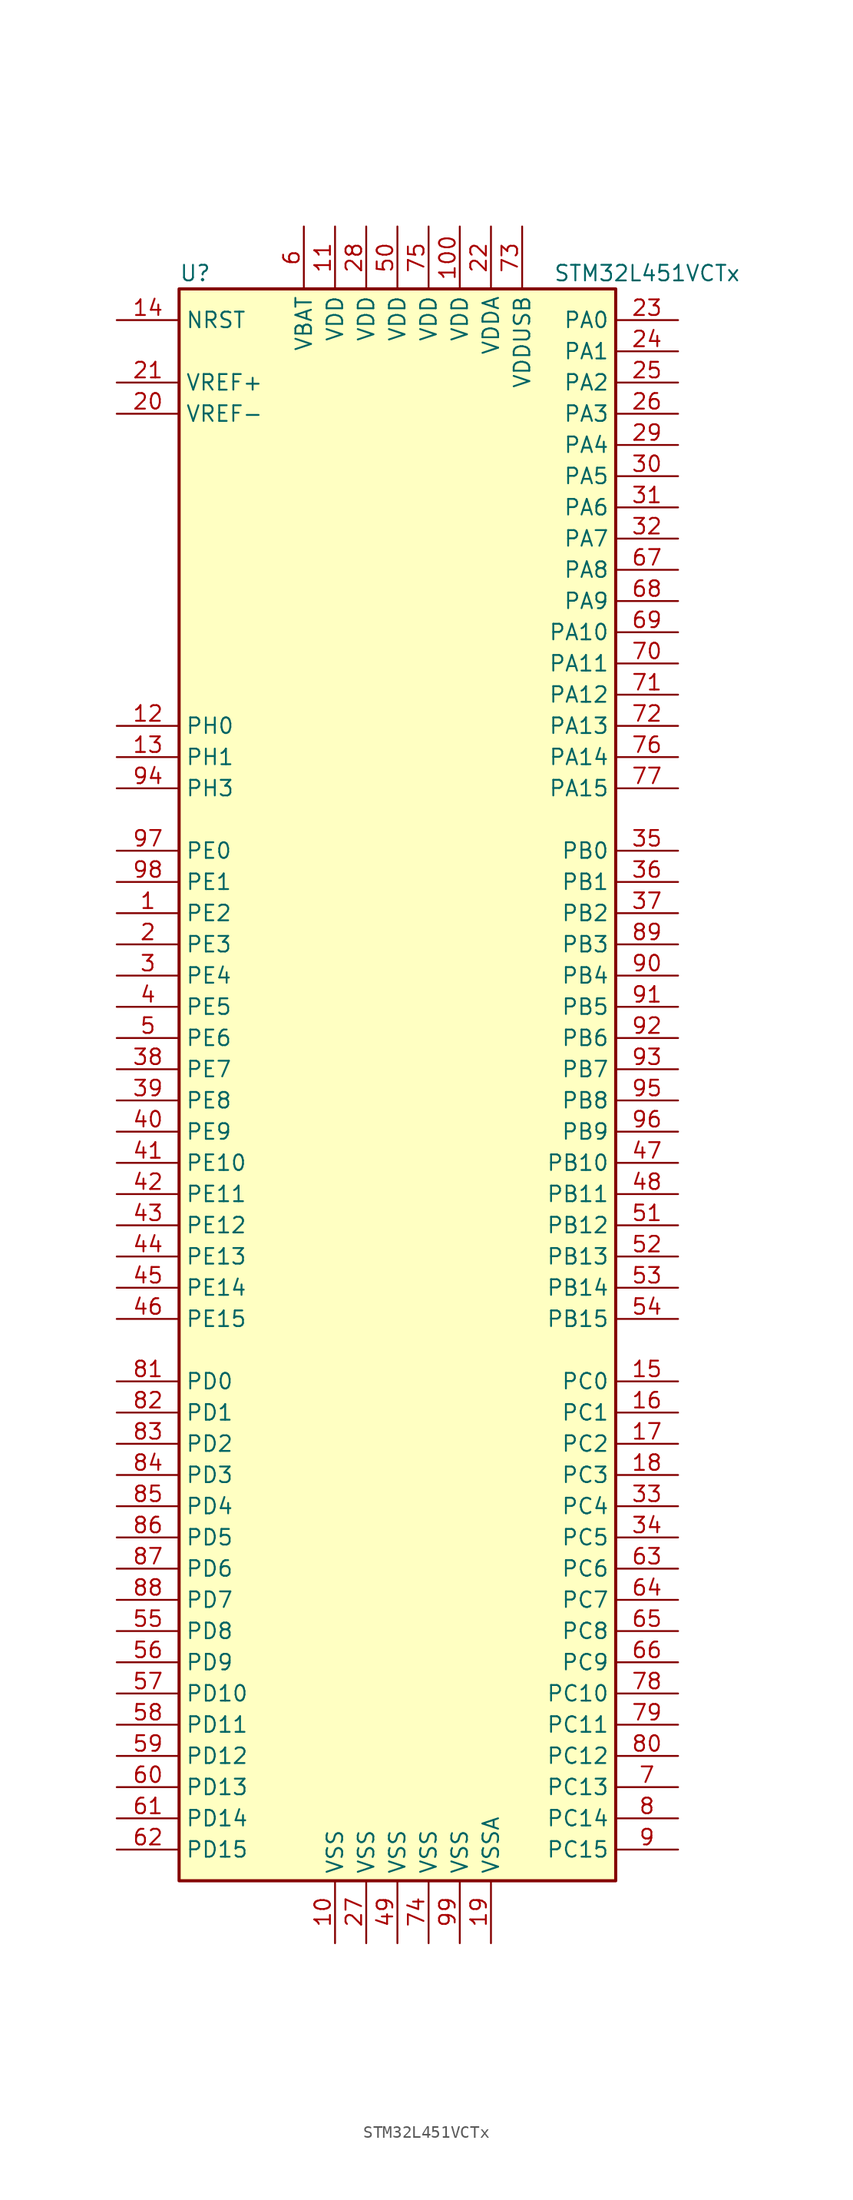
<source format=kicad_sym>
(kicad_symbol_lib
  (version 20211014)
  (generator kicad_symbol_editor)
  (symbol "STM32L451VCTx"
    (property "Reference" "U"
      (at -17.78 64.77 0)
      (effects (font (size 1.27 1.27)) (justify left)))
    (property "Value" "STM32L451VCTx"
      (at 12.7 64.77 0)
      (effects (font (size 1.27 1.27)) (justify left)))
    (symbol "STM32L451VCTx_0_1"
      (rectangle (start -17.78 -66.04) (end 17.78 63.5) (stroke (width 0.254) (type default) (color 0 0 0 0)) (fill (type background))))
    (symbol "STM32L451VCTx_1_1"
      (pin bidirectional line (at -22.86 12.7 0) (length 5.08) (name "PE2" (effects (font (size 1.27 1.27)))) (number "1" (effects (font (size 1.27 1.27)))))
      (pin power_in line (at -5.08 -71.12 90) (length 5.08) (name "VSS" (effects (font (size 1.27 1.27)))) (number "10" (effects (font (size 1.27 1.27)))))
      (pin power_in line (at 5.08 68.58 270) (length 5.08) (name "VDD" (effects (font (size 1.27 1.27)))) (number "100" (effects (font (size 1.27 1.27)))))
      (pin power_in line (at -5.08 68.58 270) (length 5.08) (name "VDD" (effects (font (size 1.27 1.27)))) (number "11" (effects (font (size 1.27 1.27)))))
      (pin input line (at -22.86 27.94 0) (length 5.08) (name "PH0" (effects (font (size 1.27 1.27)))) (number "12" (effects (font (size 1.27 1.27)))))
      (pin input line (at -22.86 25.4 0) (length 5.08) (name "PH1" (effects (font (size 1.27 1.27)))) (number "13" (effects (font (size 1.27 1.27)))))
      (pin input line (at -22.86 60.96 0) (length 5.08) (name "NRST" (effects (font (size 1.27 1.27)))) (number "14" (effects (font (size 1.27 1.27)))))
      (pin bidirectional line (at 22.86 -25.4 180) (length 5.08) (name "PC0" (effects (font (size 1.27 1.27)))) (number "15" (effects (font (size 1.27 1.27)))))
      (pin bidirectional line (at 22.86 -27.94 180) (length 5.08) (name "PC1" (effects (font (size 1.27 1.27)))) (number "16" (effects (font (size 1.27 1.27)))))
      (pin bidirectional line (at 22.86 -30.48 180) (length 5.08) (name "PC2" (effects (font (size 1.27 1.27)))) (number "17" (effects (font (size 1.27 1.27)))))
      (pin bidirectional line (at 22.86 -33.02 180) (length 5.08) (name "PC3" (effects (font (size 1.27 1.27)))) (number "18" (effects (font (size 1.27 1.27)))))
      (pin power_in line (at 7.62 -71.12 90) (length 5.08) (name "VSSA" (effects (font (size 1.27 1.27)))) (number "19" (effects (font (size 1.27 1.27)))))
      (pin bidirectional line (at -22.86 10.16 0) (length 5.08) (name "PE3" (effects (font (size 1.27 1.27)))) (number "2" (effects (font (size 1.27 1.27)))))
      (pin power_in line (at -22.86 53.34 0) (length 5.08) (name "VREF-" (effects (font (size 1.27 1.27)))) (number "20" (effects (font (size 1.27 1.27)))))
      (pin bidirectional line (at -22.86 55.88 0) (length 5.08) (name "VREF+" (effects (font (size 1.27 1.27)))) (number "21" (effects (font (size 1.27 1.27)))))
      (pin power_in line (at 7.62 68.58 270) (length 5.08) (name "VDDA" (effects (font (size 1.27 1.27)))) (number "22" (effects (font (size 1.27 1.27)))))
      (pin bidirectional line (at 22.86 60.96 180) (length 5.08) (name "PA0" (effects (font (size 1.27 1.27)))) (number "23" (effects (font (size 1.27 1.27)))))
      (pin bidirectional line (at 22.86 58.42 180) (length 5.08) (name "PA1" (effects (font (size 1.27 1.27)))) (number "24" (effects (font (size 1.27 1.27)))))
      (pin bidirectional line (at 22.86 55.88 180) (length 5.08) (name "PA2" (effects (font (size 1.27 1.27)))) (number "25" (effects (font (size 1.27 1.27)))))
      (pin bidirectional line (at 22.86 53.34 180) (length 5.08) (name "PA3" (effects (font (size 1.27 1.27)))) (number "26" (effects (font (size 1.27 1.27)))))
      (pin power_in line (at -2.54 -71.12 90) (length 5.08) (name "VSS" (effects (font (size 1.27 1.27)))) (number "27" (effects (font (size 1.27 1.27)))))
      (pin power_in line (at -2.54 68.58 270) (length 5.08) (name "VDD" (effects (font (size 1.27 1.27)))) (number "28" (effects (font (size 1.27 1.27)))))
      (pin bidirectional line (at 22.86 50.8 180) (length 5.08) (name "PA4" (effects (font (size 1.27 1.27)))) (number "29" (effects (font (size 1.27 1.27)))))
      (pin bidirectional line (at -22.86 7.62 0) (length 5.08) (name "PE4" (effects (font (size 1.27 1.27)))) (number "3" (effects (font (size 1.27 1.27)))))
      (pin bidirectional line (at 22.86 48.26 180) (length 5.08) (name "PA5" (effects (font (size 1.27 1.27)))) (number "30" (effects (font (size 1.27 1.27)))))
      (pin bidirectional line (at 22.86 45.72 180) (length 5.08) (name "PA6" (effects (font (size 1.27 1.27)))) (number "31" (effects (font (size 1.27 1.27)))))
      (pin bidirectional line (at 22.86 43.18 180) (length 5.08) (name "PA7" (effects (font (size 1.27 1.27)))) (number "32" (effects (font (size 1.27 1.27)))))
      (pin bidirectional line (at 22.86 -35.56 180) (length 5.08) (name "PC4" (effects (font (size 1.27 1.27)))) (number "33" (effects (font (size 1.27 1.27)))))
      (pin bidirectional line (at 22.86 -38.1 180) (length 5.08) (name "PC5" (effects (font (size 1.27 1.27)))) (number "34" (effects (font (size 1.27 1.27)))))
      (pin bidirectional line (at 22.86 17.78 180) (length 5.08) (name "PB0" (effects (font (size 1.27 1.27)))) (number "35" (effects (font (size 1.27 1.27)))))
      (pin bidirectional line (at 22.86 15.24 180) (length 5.08) (name "PB1" (effects (font (size 1.27 1.27)))) (number "36" (effects (font (size 1.27 1.27)))))
      (pin bidirectional line (at 22.86 12.7 180) (length 5.08) (name "PB2" (effects (font (size 1.27 1.27)))) (number "37" (effects (font (size 1.27 1.27)))))
      (pin bidirectional line (at -22.86 0 0) (length 5.08) (name "PE7" (effects (font (size 1.27 1.27)))) (number "38" (effects (font (size 1.27 1.27)))))
      (pin bidirectional line (at -22.86 -2.54 0) (length 5.08) (name "PE8" (effects (font (size 1.27 1.27)))) (number "39" (effects (font (size 1.27 1.27)))))
      (pin bidirectional line (at -22.86 5.08 0) (length 5.08) (name "PE5" (effects (font (size 1.27 1.27)))) (number "4" (effects (font (size 1.27 1.27)))))
      (pin bidirectional line (at -22.86 -5.08 0) (length 5.08) (name "PE9" (effects (font (size 1.27 1.27)))) (number "40" (effects (font (size 1.27 1.27)))))
      (pin bidirectional line (at -22.86 -7.62 0) (length 5.08) (name "PE10" (effects (font (size 1.27 1.27)))) (number "41" (effects (font (size 1.27 1.27)))))
      (pin bidirectional line (at -22.86 -10.16 0) (length 5.08) (name "PE11" (effects (font (size 1.27 1.27)))) (number "42" (effects (font (size 1.27 1.27)))))
      (pin bidirectional line (at -22.86 -12.7 0) (length 5.08) (name "PE12" (effects (font (size 1.27 1.27)))) (number "43" (effects (font (size 1.27 1.27)))))
      (pin bidirectional line (at -22.86 -15.24 0) (length 5.08) (name "PE13" (effects (font (size 1.27 1.27)))) (number "44" (effects (font (size 1.27 1.27)))))
      (pin bidirectional line (at -22.86 -17.78 0) (length 5.08) (name "PE14" (effects (font (size 1.27 1.27)))) (number "45" (effects (font (size 1.27 1.27)))))
      (pin bidirectional line (at -22.86 -20.32 0) (length 5.08) (name "PE15" (effects (font (size 1.27 1.27)))) (number "46" (effects (font (size 1.27 1.27)))))
      (pin bidirectional line (at 22.86 -7.62 180) (length 5.08) (name "PB10" (effects (font (size 1.27 1.27)))) (number "47" (effects (font (size 1.27 1.27)))))
      (pin bidirectional line (at 22.86 -10.16 180) (length 5.08) (name "PB11" (effects (font (size 1.27 1.27)))) (number "48" (effects (font (size 1.27 1.27)))))
      (pin power_in line (at 0 -71.12 90) (length 5.08) (name "VSS" (effects (font (size 1.27 1.27)))) (number "49" (effects (font (size 1.27 1.27)))))
      (pin bidirectional line (at -22.86 2.54 0) (length 5.08) (name "PE6" (effects (font (size 1.27 1.27)))) (number "5" (effects (font (size 1.27 1.27)))))
      (pin power_in line (at 0 68.58 270) (length 5.08) (name "VDD" (effects (font (size 1.27 1.27)))) (number "50" (effects (font (size 1.27 1.27)))))
      (pin bidirectional line (at 22.86 -12.7 180) (length 5.08) (name "PB12" (effects (font (size 1.27 1.27)))) (number "51" (effects (font (size 1.27 1.27)))))
      (pin bidirectional line (at 22.86 -15.24 180) (length 5.08) (name "PB13" (effects (font (size 1.27 1.27)))) (number "52" (effects (font (size 1.27 1.27)))))
      (pin bidirectional line (at 22.86 -17.78 180) (length 5.08) (name "PB14" (effects (font (size 1.27 1.27)))) (number "53" (effects (font (size 1.27 1.27)))))
      (pin bidirectional line (at 22.86 -20.32 180) (length 5.08) (name "PB15" (effects (font (size 1.27 1.27)))) (number "54" (effects (font (size 1.27 1.27)))))
      (pin bidirectional line (at -22.86 -45.72 0) (length 5.08) (name "PD8" (effects (font (size 1.27 1.27)))) (number "55" (effects (font (size 1.27 1.27)))))
      (pin bidirectional line (at -22.86 -48.26 0) (length 5.08) (name "PD9" (effects (font (size 1.27 1.27)))) (number "56" (effects (font (size 1.27 1.27)))))
      (pin bidirectional line (at -22.86 -50.8 0) (length 5.08) (name "PD10" (effects (font (size 1.27 1.27)))) (number "57" (effects (font (size 1.27 1.27)))))
      (pin bidirectional line (at -22.86 -53.34 0) (length 5.08) (name "PD11" (effects (font (size 1.27 1.27)))) (number "58" (effects (font (size 1.27 1.27)))))
      (pin bidirectional line (at -22.86 -55.88 0) (length 5.08) (name "PD12" (effects (font (size 1.27 1.27)))) (number "59" (effects (font (size 1.27 1.27)))))
      (pin power_in line (at -7.62 68.58 270) (length 5.08) (name "VBAT" (effects (font (size 1.27 1.27)))) (number "6" (effects (font (size 1.27 1.27)))))
      (pin bidirectional line (at -22.86 -58.42 0) (length 5.08) (name "PD13" (effects (font (size 1.27 1.27)))) (number "60" (effects (font (size 1.27 1.27)))))
      (pin bidirectional line (at -22.86 -60.96 0) (length 5.08) (name "PD14" (effects (font (size 1.27 1.27)))) (number "61" (effects (font (size 1.27 1.27)))))
      (pin bidirectional line (at -22.86 -63.5 0) (length 5.08) (name "PD15" (effects (font (size 1.27 1.27)))) (number "62" (effects (font (size 1.27 1.27)))))
      (pin bidirectional line (at 22.86 -40.64 180) (length 5.08) (name "PC6" (effects (font (size 1.27 1.27)))) (number "63" (effects (font (size 1.27 1.27)))))
      (pin bidirectional line (at 22.86 -43.18 180) (length 5.08) (name "PC7" (effects (font (size 1.27 1.27)))) (number "64" (effects (font (size 1.27 1.27)))))
      (pin bidirectional line (at 22.86 -45.72 180) (length 5.08) (name "PC8" (effects (font (size 1.27 1.27)))) (number "65" (effects (font (size 1.27 1.27)))))
      (pin bidirectional line (at 22.86 -48.26 180) (length 5.08) (name "PC9" (effects (font (size 1.27 1.27)))) (number "66" (effects (font (size 1.27 1.27)))))
      (pin bidirectional line (at 22.86 40.64 180) (length 5.08) (name "PA8" (effects (font (size 1.27 1.27)))) (number "67" (effects (font (size 1.27 1.27)))))
      (pin bidirectional line (at 22.86 38.1 180) (length 5.08) (name "PA9" (effects (font (size 1.27 1.27)))) (number "68" (effects (font (size 1.27 1.27)))))
      (pin bidirectional line (at 22.86 35.56 180) (length 5.08) (name "PA10" (effects (font (size 1.27 1.27)))) (number "69" (effects (font (size 1.27 1.27)))))
      (pin bidirectional line (at 22.86 -58.42 180) (length 5.08) (name "PC13" (effects (font (size 1.27 1.27)))) (number "7" (effects (font (size 1.27 1.27)))))
      (pin bidirectional line (at 22.86 33.02 180) (length 5.08) (name "PA11" (effects (font (size 1.27 1.27)))) (number "70" (effects (font (size 1.27 1.27)))))
      (pin bidirectional line (at 22.86 30.48 180) (length 5.08) (name "PA12" (effects (font (size 1.27 1.27)))) (number "71" (effects (font (size 1.27 1.27)))))
      (pin bidirectional line (at 22.86 27.94 180) (length 5.08) (name "PA13" (effects (font (size 1.27 1.27)))) (number "72" (effects (font (size 1.27 1.27)))))
      (pin power_in line (at 10.16 68.58 270) (length 5.08) (name "VDDUSB" (effects (font (size 1.27 1.27)))) (number "73" (effects (font (size 1.27 1.27)))))
      (pin power_in line (at 2.54 -71.12 90) (length 5.08) (name "VSS" (effects (font (size 1.27 1.27)))) (number "74" (effects (font (size 1.27 1.27)))))
      (pin power_in line (at 2.54 68.58 270) (length 5.08) (name "VDD" (effects (font (size 1.27 1.27)))) (number "75" (effects (font (size 1.27 1.27)))))
      (pin bidirectional line (at 22.86 25.4 180) (length 5.08) (name "PA14" (effects (font (size 1.27 1.27)))) (number "76" (effects (font (size 1.27 1.27)))))
      (pin bidirectional line (at 22.86 22.86 180) (length 5.08) (name "PA15" (effects (font (size 1.27 1.27)))) (number "77" (effects (font (size 1.27 1.27)))))
      (pin bidirectional line (at 22.86 -50.8 180) (length 5.08) (name "PC10" (effects (font (size 1.27 1.27)))) (number "78" (effects (font (size 1.27 1.27)))))
      (pin bidirectional line (at 22.86 -53.34 180) (length 5.08) (name "PC11" (effects (font (size 1.27 1.27)))) (number "79" (effects (font (size 1.27 1.27)))))
      (pin bidirectional line (at 22.86 -60.96 180) (length 5.08) (name "PC14" (effects (font (size 1.27 1.27)))) (number "8" (effects (font (size 1.27 1.27)))))
      (pin bidirectional line (at 22.86 -55.88 180) (length 5.08) (name "PC12" (effects (font (size 1.27 1.27)))) (number "80" (effects (font (size 1.27 1.27)))))
      (pin bidirectional line (at -22.86 -25.4 0) (length 5.08) (name "PD0" (effects (font (size 1.27 1.27)))) (number "81" (effects (font (size 1.27 1.27)))))
      (pin bidirectional line (at -22.86 -27.94 0) (length 5.08) (name "PD1" (effects (font (size 1.27 1.27)))) (number "82" (effects (font (size 1.27 1.27)))))
      (pin bidirectional line (at -22.86 -30.48 0) (length 5.08) (name "PD2" (effects (font (size 1.27 1.27)))) (number "83" (effects (font (size 1.27 1.27)))))
      (pin bidirectional line (at -22.86 -33.02 0) (length 5.08) (name "PD3" (effects (font (size 1.27 1.27)))) (number "84" (effects (font (size 1.27 1.27)))))
      (pin bidirectional line (at -22.86 -35.56 0) (length 5.08) (name "PD4" (effects (font (size 1.27 1.27)))) (number "85" (effects (font (size 1.27 1.27)))))
      (pin bidirectional line (at -22.86 -38.1 0) (length 5.08) (name "PD5" (effects (font (size 1.27 1.27)))) (number "86" (effects (font (size 1.27 1.27)))))
      (pin bidirectional line (at -22.86 -40.64 0) (length 5.08) (name "PD6" (effects (font (size 1.27 1.27)))) (number "87" (effects (font (size 1.27 1.27)))))
      (pin bidirectional line (at -22.86 -43.18 0) (length 5.08) (name "PD7" (effects (font (size 1.27 1.27)))) (number "88" (effects (font (size 1.27 1.27)))))
      (pin bidirectional line (at 22.86 10.16 180) (length 5.08) (name "PB3" (effects (font (size 1.27 1.27)))) (number "89" (effects (font (size 1.27 1.27)))))
      (pin bidirectional line (at 22.86 -63.5 180) (length 5.08) (name "PC15" (effects (font (size 1.27 1.27)))) (number "9" (effects (font (size 1.27 1.27)))))
      (pin bidirectional line (at 22.86 7.62 180) (length 5.08) (name "PB4" (effects (font (size 1.27 1.27)))) (number "90" (effects (font (size 1.27 1.27)))))
      (pin bidirectional line (at 22.86 5.08 180) (length 5.08) (name "PB5" (effects (font (size 1.27 1.27)))) (number "91" (effects (font (size 1.27 1.27)))))
      (pin bidirectional line (at 22.86 2.54 180) (length 5.08) (name "PB6" (effects (font (size 1.27 1.27)))) (number "92" (effects (font (size 1.27 1.27)))))
      (pin bidirectional line (at 22.86 0 180) (length 5.08) (name "PB7" (effects (font (size 1.27 1.27)))) (number "93" (effects (font (size 1.27 1.27)))))
      (pin bidirectional line (at -22.86 22.86 0) (length 5.08) (name "PH3" (effects (font (size 1.27 1.27)))) (number "94" (effects (font (size 1.27 1.27)))))
      (pin bidirectional line (at 22.86 -2.54 180) (length 5.08) (name "PB8" (effects (font (size 1.27 1.27)))) (number "95" (effects (font (size 1.27 1.27)))))
      (pin bidirectional line (at 22.86 -5.08 180) (length 5.08) (name "PB9" (effects (font (size 1.27 1.27)))) (number "96" (effects (font (size 1.27 1.27)))))
      (pin bidirectional line (at -22.86 17.78 0) (length 5.08) (name "PE0" (effects (font (size 1.27 1.27)))) (number "97" (effects (font (size 1.27 1.27)))))
      (pin bidirectional line (at -22.86 15.24 0) (length 5.08) (name "PE1" (effects (font (size 1.27 1.27)))) (number "98" (effects (font (size 1.27 1.27)))))
      (pin power_in line (at 5.08 -71.12 90) (length 5.08) (name "VSS" (effects (font (size 1.27 1.27)))) (number "99" (effects (font (size 1.27 1.27))))))))
</source>
